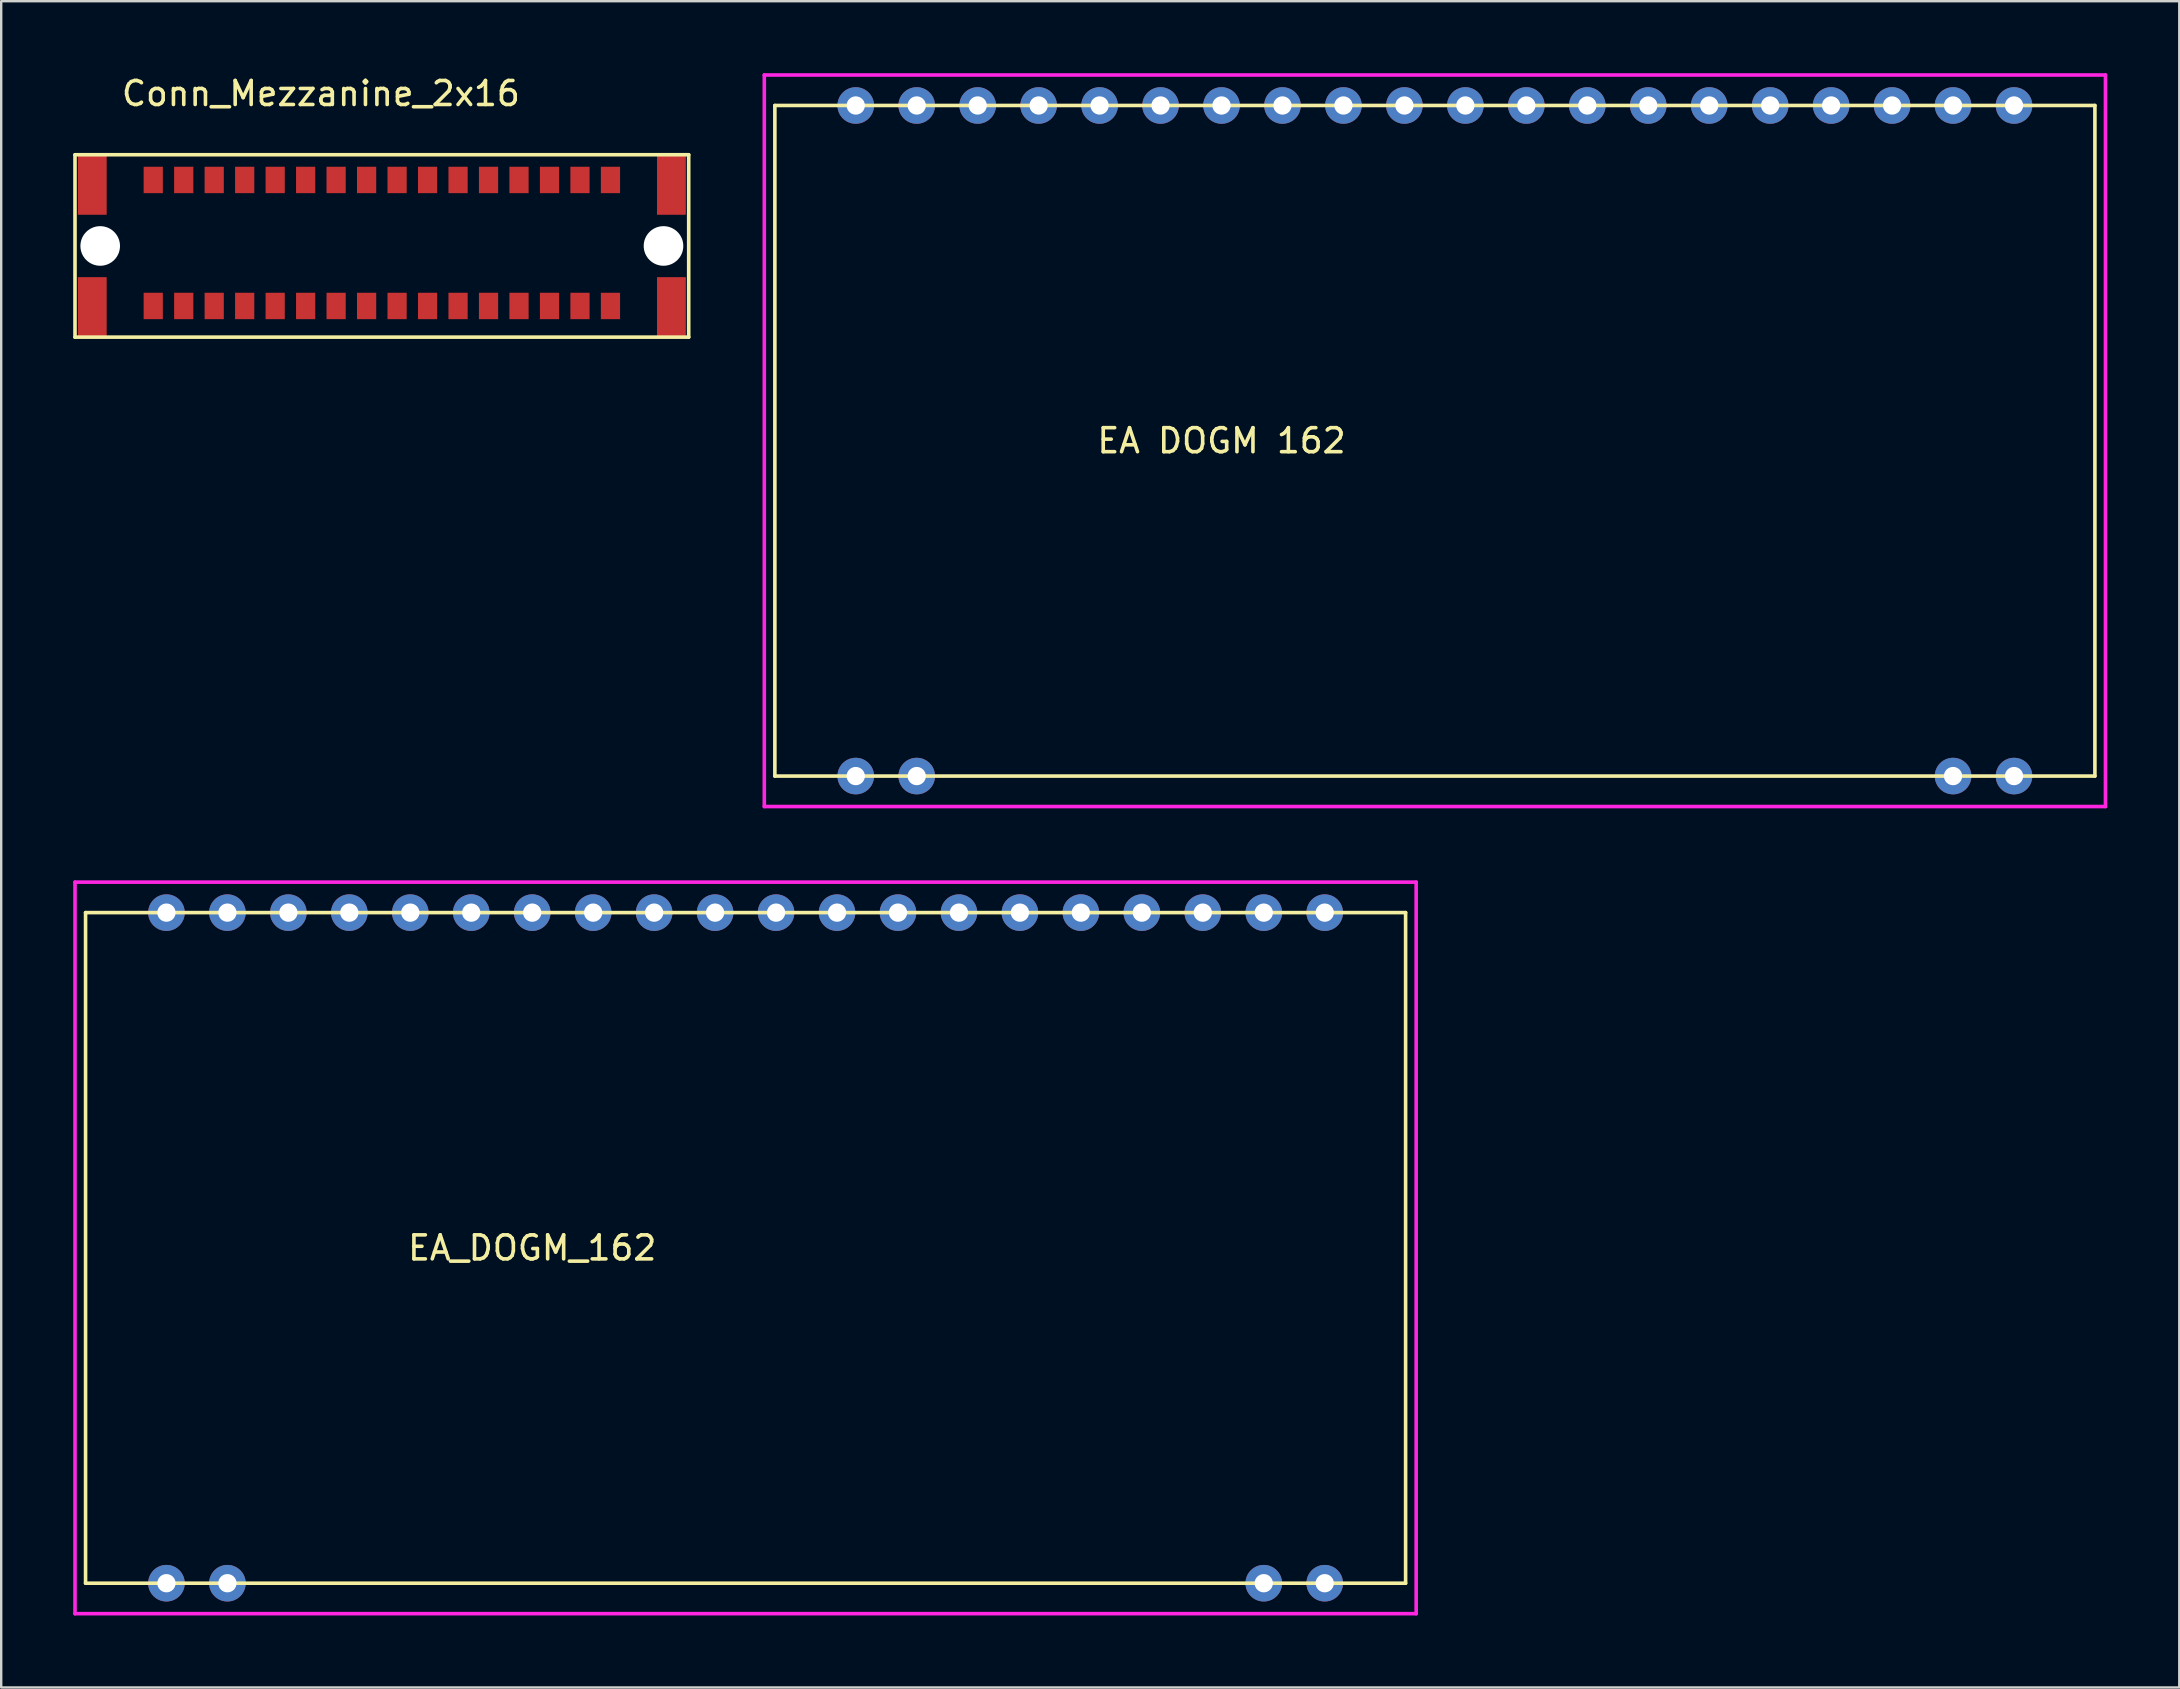
<source format=kicad_pcb>
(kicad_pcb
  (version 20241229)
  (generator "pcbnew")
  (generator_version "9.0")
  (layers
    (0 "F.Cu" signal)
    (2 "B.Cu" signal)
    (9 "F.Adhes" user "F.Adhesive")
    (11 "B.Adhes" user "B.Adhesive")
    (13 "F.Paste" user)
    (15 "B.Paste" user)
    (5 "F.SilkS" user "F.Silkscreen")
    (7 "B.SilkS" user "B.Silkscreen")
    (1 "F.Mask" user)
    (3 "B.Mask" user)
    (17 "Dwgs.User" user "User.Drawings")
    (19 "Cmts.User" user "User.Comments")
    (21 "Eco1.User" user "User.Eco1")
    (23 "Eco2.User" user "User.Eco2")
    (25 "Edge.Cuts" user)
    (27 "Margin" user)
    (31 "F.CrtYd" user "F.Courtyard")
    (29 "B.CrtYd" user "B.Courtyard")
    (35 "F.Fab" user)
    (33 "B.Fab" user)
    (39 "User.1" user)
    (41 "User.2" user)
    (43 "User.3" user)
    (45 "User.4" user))
  (footprint "EA_DOGM_162"
    (layer "F.Cu")
    (at 28.015 50.215)
    (property "Reference" "EA_DOGM_162" (at -8.89 -1.27 0) (layer "F.SilkS") (effects (font (size 1 1) (thickness 0.15))))
    (attr through_hole)
    (fp_line (start -27.5 -15.24) (end 27.5 -15.24) (stroke (width 0.15) (type solid)) (layer "F.SilkS"))
    (fp_line (start -27.5 12.7) (end -27.5 -15.24) (stroke (width 0.15) (type solid)) (layer "F.SilkS"))
    (fp_line (start 27.5 -15.24) (end 27.5 12.7) (stroke (width 0.15) (type solid)) (layer "F.SilkS"))
    (fp_line (start 27.5 12.7) (end -27.5 12.7) (stroke (width 0.15) (type solid)) (layer "F.SilkS"))
    (fp_line (start -27.94 -16.51) (end -27.94 13.97) (stroke (width 0.15) (type solid)) (layer "F.CrtYd"))
    (fp_line (start -27.94 13.97) (end 27.94 13.97) (stroke (width 0.15) (type solid)) (layer "F.CrtYd"))
    (fp_line (start 27.94 -16.51) (end -27.94 -16.51) (stroke (width 0.15) (type solid)) (layer "F.CrtYd"))
    (fp_line (start 27.94 13.97) (end 27.94 -16.51) (stroke (width 0.15) (type solid)) (layer "F.CrtYd"))
    (pad "1" thru_hole circle (at -24.13 12.7) (size 1.524 1.524) (drill 0.762) (layers "*.Cu" "*.Mask"))
    (pad "2" thru_hole circle (at -21.59 12.7) (size 1.524 1.524) (drill 0.762) (layers "*.Cu" "*.Mask"))
    (pad "19" thru_hole circle (at 21.59 12.7) (size 1.524 1.524) (drill 0.762) (layers "*.Cu" "*.Mask"))
    (pad "20" thru_hole circle (at 24.13 12.7) (size 1.524 1.524) (drill 0.762) (layers "*.Cu" "*.Mask"))
    (pad "21" thru_hole circle (at 24.13 -15.24) (size 1.524 1.524) (drill 0.762) (layers "*.Cu" "*.Mask"))
    (pad "22" thru_hole circle (at 21.59 -15.24) (size 1.524 1.524) (drill 0.762) (layers "*.Cu" "*.Mask"))
    (pad "23" thru_hole circle (at 19.05 -15.24) (size 1.524 1.524) (drill 0.762) (layers "*.Cu" "*.Mask"))
    (pad "24" thru_hole circle (at 16.51 -15.24) (size 1.524 1.524) (drill 0.762) (layers "*.Cu" "*.Mask"))
    (pad "25" thru_hole circle (at 13.97 -15.24) (size 1.524 1.524) (drill 0.762) (layers "*.Cu" "*.Mask"))
    (pad "26" thru_hole circle (at 11.43 -15.24) (size 1.524 1.524) (drill 0.762) (layers "*.Cu" "*.Mask"))
    (pad "27" thru_hole circle (at 8.89 -15.24) (size 1.524 1.524) (drill 0.762) (layers "*.Cu" "*.Mask"))
    (pad "28" thru_hole circle (at 6.35 -15.24) (size 1.524 1.524) (drill 0.762) (layers "*.Cu" "*.Mask"))
    (pad "29" thru_hole circle (at 3.81 -15.24) (size 1.524 1.524) (drill 0.762) (layers "*.Cu" "*.Mask"))
    (pad "30" thru_hole circle (at 1.27 -15.24) (size 1.524 1.524) (drill 0.762) (layers "*.Cu" "*.Mask"))
    (pad "31" thru_hole circle (at -1.27 -15.24) (size 1.524 1.524) (drill 0.762) (layers "*.Cu" "*.Mask"))
    (pad "32" thru_hole circle (at -3.81 -15.24) (size 1.524 1.524) (drill 0.762) (layers "*.Cu" "*.Mask"))
    (pad "33" thru_hole circle (at -6.35 -15.24) (size 1.524 1.524) (drill 0.762) (layers "*.Cu" "*.Mask"))
    (pad "34" thru_hole circle (at -8.89 -15.24) (size 1.524 1.524) (drill 0.762) (layers "*.Cu" "*.Mask"))
    (pad "35" thru_hole circle (at -11.43 -15.24) (size 1.524 1.524) (drill 0.762) (layers "*.Cu" "*.Mask"))
    (pad "36" thru_hole circle (at -13.97 -15.24) (size 1.524 1.524) (drill 0.762) (layers "*.Cu" "*.Mask"))
    (pad "37" thru_hole circle (at -16.51 -15.24) (size 1.524 1.524) (drill 0.762) (layers "*.Cu" "*.Mask"))
    (pad "38" thru_hole circle (at -19.05 -15.24) (size 1.524 1.524) (drill 0.762) (layers "*.Cu" "*.Mask"))
    (pad "39" thru_hole circle (at -21.59 -15.24) (size 1.524 1.524) (drill 0.762) (layers "*.Cu" "*.Mask"))
    (pad "40" thru_hole circle (at -24.13 -15.24) (size 1.524 1.524) (drill 0.762) (layers "*.Cu" "*.Mask")))
  (footprint "EA DOGM 162"
    (layer "F.Cu")
    (at 56.735 16.585)
    (property "Reference" "EA DOGM 162" (at -8.89 -1.27 0) (layer "F.SilkS") (effects (font (size 1 1) (thickness 0.15))))
    (attr through_hole)
    (fp_line (start -27.5 -15.24) (end 27.5 -15.24) (stroke (width 0.15) (type solid)) (layer "F.SilkS"))
    (fp_line (start -27.5 12.7) (end -27.5 -15.24) (stroke (width 0.15) (type solid)) (layer "F.SilkS"))
    (fp_line (start 27.5 -15.24) (end 27.5 12.7) (stroke (width 0.15) (type solid)) (layer "F.SilkS"))
    (fp_line (start 27.5 12.7) (end -27.5 12.7) (stroke (width 0.15) (type solid)) (layer "F.SilkS"))
    (fp_line (start -27.94 -16.51) (end -27.94 13.97) (stroke (width 0.15) (type solid)) (layer "F.CrtYd"))
    (fp_line (start -27.94 13.97) (end 27.94 13.97) (stroke (width 0.15) (type solid)) (layer "F.CrtYd"))
    (fp_line (start 27.94 -16.51) (end -27.94 -16.51) (stroke (width 0.15) (type solid)) (layer "F.CrtYd"))
    (fp_line (start 27.94 13.97) (end 27.94 -16.51) (stroke (width 0.15) (type solid)) (layer "F.CrtYd"))
    (pad "1" thru_hole circle (at -24.13 12.7) (size 1.524 1.524) (drill 0.762) (layers "*.Cu" "*.Mask"))
    (pad "2" thru_hole circle (at -21.59 12.7) (size 1.524 1.524) (drill 0.762) (layers "*.Cu" "*.Mask"))
    (pad "19" thru_hole circle (at 21.59 12.7) (size 1.524 1.524) (drill 0.762) (layers "*.Cu" "*.Mask"))
    (pad "20" thru_hole circle (at 24.13 12.7) (size 1.524 1.524) (drill 0.762) (layers "*.Cu" "*.Mask"))
    (pad "21" thru_hole circle (at 24.13 -15.24) (size 1.524 1.524) (drill 0.762) (layers "*.Cu" "*.Mask"))
    (pad "22" thru_hole circle (at 21.59 -15.24) (size 1.524 1.524) (drill 0.762) (layers "*.Cu" "*.Mask"))
    (pad "23" thru_hole circle (at 19.05 -15.24) (size 1.524 1.524) (drill 0.762) (layers "*.Cu" "*.Mask"))
    (pad "24" thru_hole circle (at 16.51 -15.24) (size 1.524 1.524) (drill 0.762) (layers "*.Cu" "*.Mask"))
    (pad "25" thru_hole circle (at 13.97 -15.24) (size 1.524 1.524) (drill 0.762) (layers "*.Cu" "*.Mask"))
    (pad "26" thru_hole circle (at 11.43 -15.24) (size 1.524 1.524) (drill 0.762) (layers "*.Cu" "*.Mask"))
    (pad "27" thru_hole circle (at 8.89 -15.24) (size 1.524 1.524) (drill 0.762) (layers "*.Cu" "*.Mask"))
    (pad "28" thru_hole circle (at 6.35 -15.24) (size 1.524 1.524) (drill 0.762) (layers "*.Cu" "*.Mask"))
    (pad "29" thru_hole circle (at 3.81 -15.24) (size 1.524 1.524) (drill 0.762) (layers "*.Cu" "*.Mask"))
    (pad "30" thru_hole circle (at 1.27 -15.24) (size 1.524 1.524) (drill 0.762) (layers "*.Cu" "*.Mask"))
    (pad "31" thru_hole circle (at -1.27 -15.24) (size 1.524 1.524) (drill 0.762) (layers "*.Cu" "*.Mask"))
    (pad "32" thru_hole circle (at -3.81 -15.24) (size 1.524 1.524) (drill 0.762) (layers "*.Cu" "*.Mask"))
    (pad "33" thru_hole circle (at -6.35 -15.24) (size 1.524 1.524) (drill 0.762) (layers "*.Cu" "*.Mask"))
    (pad "34" thru_hole circle (at -8.89 -15.24) (size 1.524 1.524) (drill 0.762) (layers "*.Cu" "*.Mask"))
    (pad "35" thru_hole circle (at -11.43 -15.24) (size 1.524 1.524) (drill 0.762) (layers "*.Cu" "*.Mask"))
    (pad "36" thru_hole circle (at -13.97 -15.24) (size 1.524 1.524) (drill 0.762) (layers "*.Cu" "*.Mask"))
    (pad "37" thru_hole circle (at -16.51 -15.24) (size 1.524 1.524) (drill 0.762) (layers "*.Cu" "*.Mask"))
    (pad "38" thru_hole circle (at -19.05 -15.24) (size 1.524 1.524) (drill 0.762) (layers "*.Cu" "*.Mask"))
    (pad "39" thru_hole circle (at -21.59 -15.24) (size 1.524 1.524) (drill 0.762) (layers "*.Cu" "*.Mask"))
    (pad "40" thru_hole circle (at -24.13 -15.24) (size 1.524 1.524) (drill 0.762) (layers "*.Cu" "*.Mask")))
  (footprint "Conn_Mezzanine_2x16"
    (layer "F.Cu")
    (at 12.86 7.198)
    (property "Reference" "Conn_Mezzanine_2x16" (at -2.54 -6.35 0) (layer "F.SilkS") (effects (font (size 1 1) (thickness 0.15))))
    (attr through_hole)
    (fp_line (start -12.785 -3.8) (end 12.785 -3.8) (stroke (width 0.15) (type solid)) (layer "F.SilkS"))
    (fp_line (start -12.785 3.8) (end -12.785 -3.8) (stroke (width 0.15) (type solid)) (layer "F.SilkS"))
    (fp_line (start 12.785 -3.8) (end 12.785 3.8) (stroke (width 0.15) (type solid)) (layer "F.SilkS"))
    (fp_line (start 12.785 3.8) (end -12.785 3.8) (stroke (width 0.15) (type solid)) (layer "F.SilkS"))
    (pad "" np_thru_hole circle (at -11.735 0) (size 1.65 1.65) (drill 1.65) (layers "*.Cu" "*.Mask"))
    (pad "" np_thru_hole circle (at 11.735 0) (size 1.65 1.65) (drill 1.65) (layers "*.Cu" "*.Mask"))
    (pad "1" smd rect (at 9.525 -2.75) (size 0.8 1.1) (layers "F.Cu" "F.Mask" "F.Paste"))
    (pad "2" smd rect (at 8.255 -2.75) (size 0.8 1.1) (layers "F.Cu" "F.Mask" "F.Paste"))
    (pad "3" smd rect (at 6.985 -2.75) (size 0.8 1.1) (layers "F.Cu" "F.Mask" "F.Paste"))
    (pad "4" smd rect (at 5.715 -2.75) (size 0.8 1.1) (layers "F.Cu" "F.Mask" "F.Paste"))
    (pad "5" smd rect (at 4.445 -2.75) (size 0.8 1.1) (layers "F.Cu" "F.Mask" "F.Paste"))
    (pad "6" smd rect (at 3.175 -2.75) (size 0.8 1.1) (layers "F.Cu" "F.Mask" "F.Paste"))
    (pad "7" smd rect (at 1.905 -2.75) (size 0.8 1.1) (layers "F.Cu" "F.Mask" "F.Paste"))
    (pad "8" smd rect (at 0.635 -2.75) (size 0.8 1.1) (layers "F.Cu" "F.Mask" "F.Paste"))
    (pad "9" smd rect (at -0.635 -2.75) (size 0.8 1.1) (layers "F.Cu" "F.Mask" "F.Paste"))
    (pad "10" smd rect (at -1.905 -2.75) (size 0.8 1.1) (layers "F.Cu" "F.Mask" "F.Paste"))
    (pad "11" smd rect (at -3.175 -2.75) (size 0.8 1.1) (layers "F.Cu" "F.Mask" "F.Paste"))
    (pad "12" smd rect (at -4.445 -2.75) (size 0.8 1.1) (layers "F.Cu" "F.Mask" "F.Paste"))
    (pad "13" smd rect (at -5.715 -2.75) (size 0.8 1.1) (layers "F.Cu" "F.Mask" "F.Paste"))
    (pad "14" smd rect (at -6.985 -2.75) (size 0.8 1.1) (layers "F.Cu" "F.Mask" "F.Paste"))
    (pad "15" smd rect (at -8.255 -2.75) (size 0.8 1.1) (layers "F.Cu" "F.Mask" "F.Paste"))
    (pad "16" smd rect (at -9.525 -2.75) (size 0.8 1.1) (layers "F.Cu" "F.Mask" "F.Paste"))
    (pad "17" smd rect (at -9.525 2.5) (size 0.8 1.1) (layers "F.Cu" "F.Mask" "F.Paste"))
    (pad "18" smd rect (at -8.255 2.5) (size 0.8 1.1) (layers "F.Cu" "F.Mask" "F.Paste"))
    (pad "19" smd rect (at -6.985 2.5) (size 0.8 1.1) (layers "F.Cu" "F.Mask" "F.Paste"))
    (pad "20" smd rect (at -5.715 2.5) (size 0.8 1.1) (layers "F.Cu" "F.Mask" "F.Paste"))
    (pad "21" smd rect (at -4.445 2.5) (size 0.8 1.1) (layers "F.Cu" "F.Mask" "F.Paste"))
    (pad "22" smd rect (at -3.175 2.5) (size 0.8 1.1) (layers "F.Cu" "F.Mask" "F.Paste"))
    (pad "23" smd rect (at -1.905 2.5) (size 0.8 1.1) (layers "F.Cu" "F.Mask" "F.Paste"))
    (pad "24" smd rect (at -0.635 2.5) (size 0.8 1.1) (layers "F.Cu" "F.Mask" "F.Paste"))
    (pad "25" smd rect (at 0.635 2.5) (size 0.8 1.1) (layers "F.Cu" "F.Mask" "F.Paste"))
    (pad "26" smd rect (at 1.905 2.5) (size 0.8 1.1) (layers "F.Cu" "F.Mask" "F.Paste"))
    (pad "27" smd rect (at 3.175 2.5) (size 0.8 1.1) (layers "F.Cu" "F.Mask" "F.Paste"))
    (pad "28" smd rect (at 4.445 2.5) (size 0.8 1.1) (layers "F.Cu" "F.Mask" "F.Paste"))
    (pad "29" smd rect (at 5.715 2.5) (size 0.8 1.1) (layers "F.Cu" "F.Mask" "F.Paste"))
    (pad "30" smd rect (at 6.985 2.5) (size 0.8 1.1) (layers "F.Cu" "F.Mask" "F.Paste"))
    (pad "31" smd rect (at 8.255 2.5) (size 0.8 1.1) (layers "F.Cu" "F.Mask" "F.Paste"))
    (pad "32" smd rect (at 9.525 2.5) (size 0.8 1.1) (layers "F.Cu" "F.Mask" "F.Paste"))
    (pad "MP" smd rect (at -12.065 -1.3) (size 1.2 2.5) (drill (offset 0 -1.25)) (layers "F.Cu" "F.Mask" "F.Paste"))
    (pad "MP" smd rect (at -12.065 1.3) (size 1.2 2.5) (drill (offset 0 1.25)) (layers "F.Cu" "F.Mask" "F.Paste"))
    (pad "MP" smd rect (at 12.065 -1.3) (size 1.2 2.5) (drill (offset 0 -1.25)) (layers "F.Cu" "F.Mask" "F.Paste"))
    (pad "MP" smd rect (at 12.065 1.3) (size 1.2 2.5) (drill (offset 0 1.25)) (layers "F.Cu" "F.Mask" "F.Paste")))
  (gr_rect
    (start -3 -3)
    (end 87.75 67.26)
    (stroke (width 0.1) (type default))
    (fill no)
    (layer "Edge.Cuts")))
</source>
